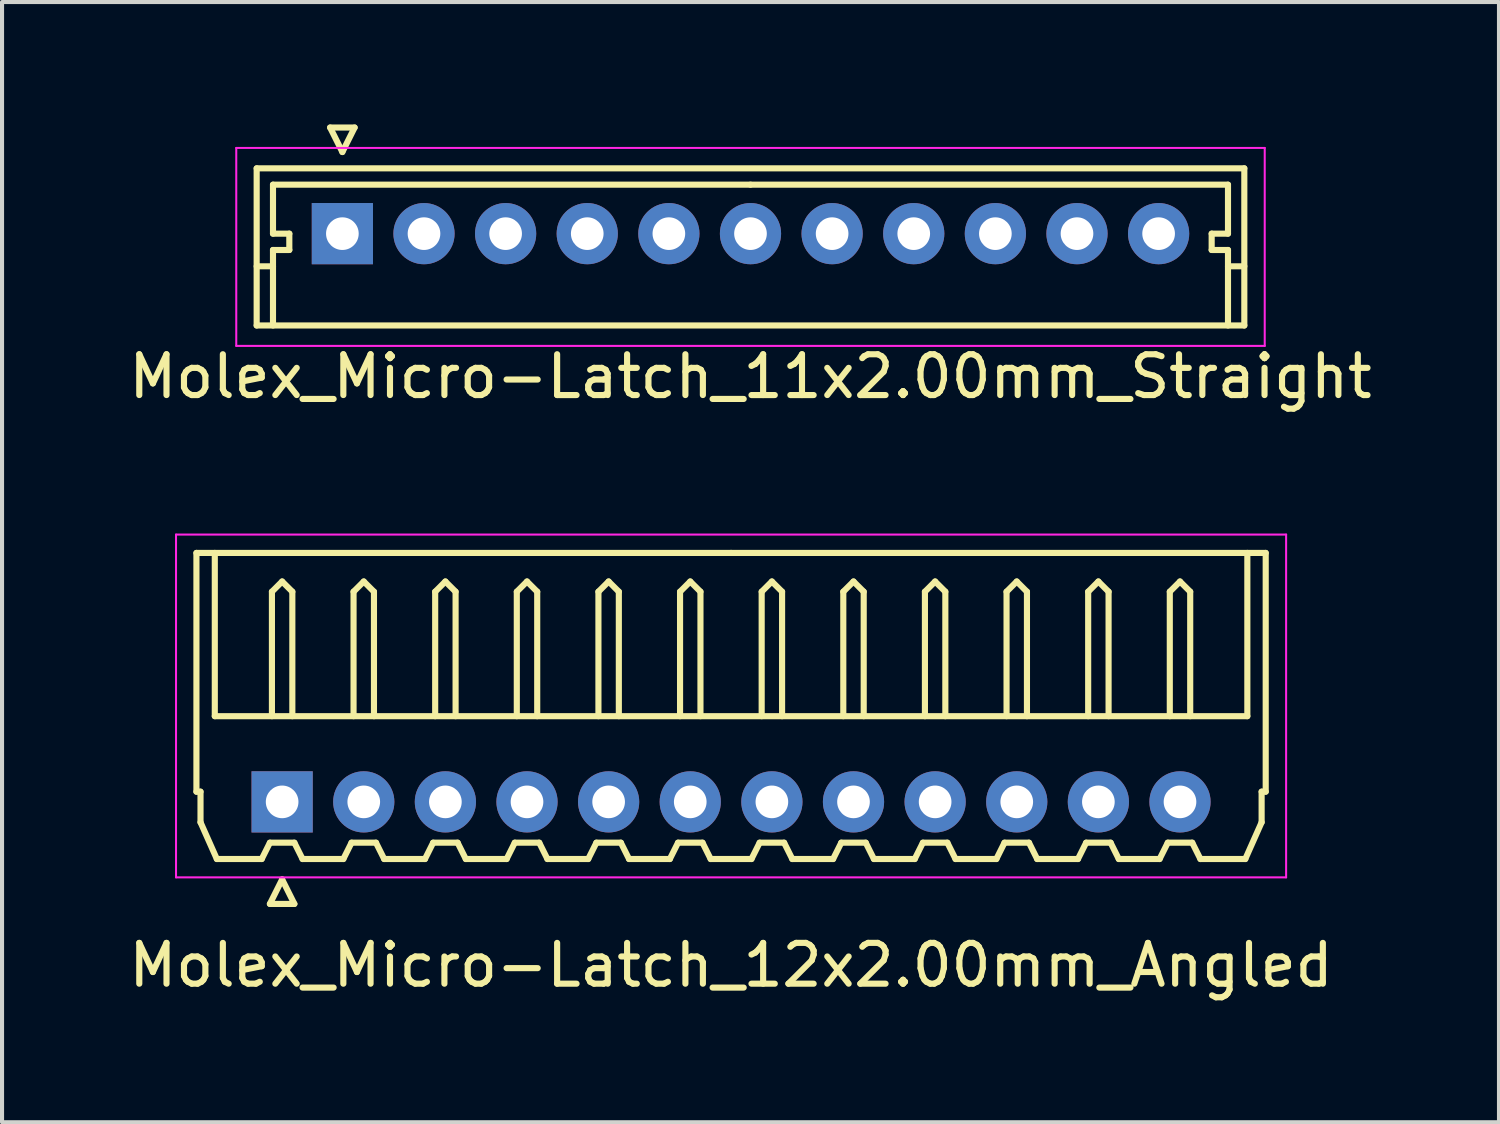
<source format=kicad_pcb>
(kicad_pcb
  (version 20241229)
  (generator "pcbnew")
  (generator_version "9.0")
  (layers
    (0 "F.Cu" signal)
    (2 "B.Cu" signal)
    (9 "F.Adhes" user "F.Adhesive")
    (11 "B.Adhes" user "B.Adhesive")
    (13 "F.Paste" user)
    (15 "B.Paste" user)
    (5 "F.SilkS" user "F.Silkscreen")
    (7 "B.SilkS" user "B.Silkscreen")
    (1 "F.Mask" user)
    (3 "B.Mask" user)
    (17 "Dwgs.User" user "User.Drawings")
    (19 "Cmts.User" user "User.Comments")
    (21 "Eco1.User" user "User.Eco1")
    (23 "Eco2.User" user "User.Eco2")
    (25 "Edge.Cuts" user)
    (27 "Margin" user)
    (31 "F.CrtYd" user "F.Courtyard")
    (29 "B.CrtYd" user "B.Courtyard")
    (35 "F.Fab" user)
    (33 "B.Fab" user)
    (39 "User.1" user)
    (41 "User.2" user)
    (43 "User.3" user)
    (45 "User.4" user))
  (footprint "Molex_Micro-Latch_12x2.00mm_Angled"
    (layer "F.Cu")
    (at 3.863 16.598)
    (property "Reference" "Molex_Micro-Latch_12x2.00mm_Angled" (at 11 4 0) (layer "F.SilkS") (effects (font (size 1 1) (thickness 0.15))))
    (attr through_hole)
    (fp_line (start -2.1 -6.1) (end 11 -6.1) (stroke (width 0.15) (type solid)) (layer "F.SilkS"))
    (fp_line (start -2.1 -0.25) (end -2.1 -6.1) (stroke (width 0.15) (type solid)) (layer "F.SilkS"))
    (fp_line (start -2 -0.25) (end -2.1 -0.25) (stroke (width 0.15) (type solid)) (layer "F.SilkS"))
    (fp_line (start -2 0.5) (end -2 -0.25) (stroke (width 0.15) (type solid)) (layer "F.SilkS"))
    (fp_line (start -1.65 -6.1) (end -1.65 -2.1) (stroke (width 0.15) (type solid)) (layer "F.SilkS"))
    (fp_line (start -1.65 -2.1) (end 23.65 -2.1) (stroke (width 0.15) (type solid)) (layer "F.SilkS"))
    (fp_line (start -1.6 1.4) (end -2 0.5) (stroke (width 0.15) (type solid)) (layer "F.SilkS"))
    (fp_line (start -0.5 1.4) (end -1.6 1.4) (stroke (width 0.15) (type solid)) (layer "F.SilkS"))
    (fp_line (start -0.3 1) (end -0.5 1.4) (stroke (width 0.15) (type solid)) (layer "F.SilkS"))
    (fp_line (start -0.3 1) (end 0.3 1) (stroke (width 0.15) (type solid)) (layer "F.SilkS"))
    (fp_line (start -0.3 2.5) (end 0.3 2.5) (stroke (width 0.15) (type solid)) (layer "F.SilkS"))
    (fp_line (start -0.25 -5.15) (end 0 -5.4) (stroke (width 0.15) (type solid)) (layer "F.SilkS"))
    (fp_line (start -0.25 -2.1) (end -0.25 -5.15) (stroke (width 0.15) (type solid)) (layer "F.SilkS"))
    (fp_line (start 0 -5.4) (end 0.25 -5.15) (stroke (width 0.15) (type solid)) (layer "F.SilkS"))
    (fp_line (start 0 1.9) (end -0.3 2.5) (stroke (width 0.15) (type solid)) (layer "F.SilkS"))
    (fp_line (start 0.25 -5.15) (end 0.25 -2.1) (stroke (width 0.15) (type solid)) (layer "F.SilkS"))
    (fp_line (start 0.3 1) (end 0.5 1.4) (stroke (width 0.15) (type solid)) (layer "F.SilkS"))
    (fp_line (start 0.3 2.5) (end 0 1.9) (stroke (width 0.15) (type solid)) (layer "F.SilkS"))
    (fp_line (start 0.5 1.4) (end 1.5 1.4) (stroke (width 0.15) (type solid)) (layer "F.SilkS"))
    (fp_line (start 1.5 1.4) (end 1.7 1) (stroke (width 0.15) (type solid)) (layer "F.SilkS"))
    (fp_line (start 1.7 1) (end 2.3 1) (stroke (width 0.15) (type solid)) (layer "F.SilkS"))
    (fp_line (start 1.75 -5.15) (end 2 -5.4) (stroke (width 0.15) (type solid)) (layer "F.SilkS"))
    (fp_line (start 1.75 -2.1) (end 1.75 -5.15) (stroke (width 0.15) (type solid)) (layer "F.SilkS"))
    (fp_line (start 2 -5.4) (end 2.25 -5.15) (stroke (width 0.15) (type solid)) (layer "F.SilkS"))
    (fp_line (start 2.25 -5.15) (end 2.25 -2.1) (stroke (width 0.15) (type solid)) (layer "F.SilkS"))
    (fp_line (start 2.3 1) (end 2.5 1.4) (stroke (width 0.15) (type solid)) (layer "F.SilkS"))
    (fp_line (start 2.5 1.4) (end 3.5 1.4) (stroke (width 0.15) (type solid)) (layer "F.SilkS"))
    (fp_line (start 3.5 1.4) (end 3.7 1) (stroke (width 0.15) (type solid)) (layer "F.SilkS"))
    (fp_line (start 3.7 1) (end 4.3 1) (stroke (width 0.15) (type solid)) (layer "F.SilkS"))
    (fp_line (start 3.75 -5.15) (end 4 -5.4) (stroke (width 0.15) (type solid)) (layer "F.SilkS"))
    (fp_line (start 3.75 -2.1) (end 3.75 -5.15) (stroke (width 0.15) (type solid)) (layer "F.SilkS"))
    (fp_line (start 4 -5.4) (end 4.25 -5.15) (stroke (width 0.15) (type solid)) (layer "F.SilkS"))
    (fp_line (start 4.25 -5.15) (end 4.25 -2.1) (stroke (width 0.15) (type solid)) (layer "F.SilkS"))
    (fp_line (start 4.3 1) (end 4.5 1.4) (stroke (width 0.15) (type solid)) (layer "F.SilkS"))
    (fp_line (start 4.5 1.4) (end 5.5 1.4) (stroke (width 0.15) (type solid)) (layer "F.SilkS"))
    (fp_line (start 5.5 1.4) (end 5.7 1) (stroke (width 0.15) (type solid)) (layer "F.SilkS"))
    (fp_line (start 5.7 1) (end 6.3 1) (stroke (width 0.15) (type solid)) (layer "F.SilkS"))
    (fp_line (start 5.75 -5.15) (end 6 -5.4) (stroke (width 0.15) (type solid)) (layer "F.SilkS"))
    (fp_line (start 5.75 -2.1) (end 5.75 -5.15) (stroke (width 0.15) (type solid)) (layer "F.SilkS"))
    (fp_line (start 6 -5.4) (end 6.25 -5.15) (stroke (width 0.15) (type solid)) (layer "F.SilkS"))
    (fp_line (start 6.25 -5.15) (end 6.25 -2.1) (stroke (width 0.15) (type solid)) (layer "F.SilkS"))
    (fp_line (start 6.3 1) (end 6.5 1.4) (stroke (width 0.15) (type solid)) (layer "F.SilkS"))
    (fp_line (start 6.5 1.4) (end 7.5 1.4) (stroke (width 0.15) (type solid)) (layer "F.SilkS"))
    (fp_line (start 7.5 1.4) (end 7.7 1) (stroke (width 0.15) (type solid)) (layer "F.SilkS"))
    (fp_line (start 7.7 1) (end 8.3 1) (stroke (width 0.15) (type solid)) (layer "F.SilkS"))
    (fp_line (start 7.75 -5.15) (end 8 -5.4) (stroke (width 0.15) (type solid)) (layer "F.SilkS"))
    (fp_line (start 7.75 -2.1) (end 7.75 -5.15) (stroke (width 0.15) (type solid)) (layer "F.SilkS"))
    (fp_line (start 8 -5.4) (end 8.25 -5.15) (stroke (width 0.15) (type solid)) (layer "F.SilkS"))
    (fp_line (start 8.25 -5.15) (end 8.25 -2.1) (stroke (width 0.15) (type solid)) (layer "F.SilkS"))
    (fp_line (start 8.3 1) (end 8.5 1.4) (stroke (width 0.15) (type solid)) (layer "F.SilkS"))
    (fp_line (start 8.5 1.4) (end 9.5 1.4) (stroke (width 0.15) (type solid)) (layer "F.SilkS"))
    (fp_line (start 9.5 1.4) (end 9.7 1) (stroke (width 0.15) (type solid)) (layer "F.SilkS"))
    (fp_line (start 9.7 1) (end 10.3 1) (stroke (width 0.15) (type solid)) (layer "F.SilkS"))
    (fp_line (start 9.75 -5.15) (end 10 -5.4) (stroke (width 0.15) (type solid)) (layer "F.SilkS"))
    (fp_line (start 9.75 -2.1) (end 9.75 -5.15) (stroke (width 0.15) (type solid)) (layer "F.SilkS"))
    (fp_line (start 10 -5.4) (end 10.25 -5.15) (stroke (width 0.15) (type solid)) (layer "F.SilkS"))
    (fp_line (start 10.25 -5.15) (end 10.25 -2.1) (stroke (width 0.15) (type solid)) (layer "F.SilkS"))
    (fp_line (start 10.3 1) (end 10.5 1.4) (stroke (width 0.15) (type solid)) (layer "F.SilkS"))
    (fp_line (start 10.5 1.4) (end 11.5 1.4) (stroke (width 0.15) (type solid)) (layer "F.SilkS"))
    (fp_line (start 11.5 1.4) (end 11.7 1) (stroke (width 0.15) (type solid)) (layer "F.SilkS"))
    (fp_line (start 11.7 1) (end 12.3 1) (stroke (width 0.15) (type solid)) (layer "F.SilkS"))
    (fp_line (start 11.75 -5.15) (end 12 -5.4) (stroke (width 0.15) (type solid)) (layer "F.SilkS"))
    (fp_line (start 11.75 -2.1) (end 11.75 -5.15) (stroke (width 0.15) (type solid)) (layer "F.SilkS"))
    (fp_line (start 12 -5.4) (end 12.25 -5.15) (stroke (width 0.15) (type solid)) (layer "F.SilkS"))
    (fp_line (start 12.25 -5.15) (end 12.25 -2.1) (stroke (width 0.15) (type solid)) (layer "F.SilkS"))
    (fp_line (start 12.3 1) (end 12.5 1.4) (stroke (width 0.15) (type solid)) (layer "F.SilkS"))
    (fp_line (start 12.5 1.4) (end 13.5 1.4) (stroke (width 0.15) (type solid)) (layer "F.SilkS"))
    (fp_line (start 13.5 1.4) (end 13.7 1) (stroke (width 0.15) (type solid)) (layer "F.SilkS"))
    (fp_line (start 13.7 1) (end 14.3 1) (stroke (width 0.15) (type solid)) (layer "F.SilkS"))
    (fp_line (start 13.75 -5.15) (end 14 -5.4) (stroke (width 0.15) (type solid)) (layer "F.SilkS"))
    (fp_line (start 13.75 -2.1) (end 13.75 -5.15) (stroke (width 0.15) (type solid)) (layer "F.SilkS"))
    (fp_line (start 14 -5.4) (end 14.25 -5.15) (stroke (width 0.15) (type solid)) (layer "F.SilkS"))
    (fp_line (start 14.25 -5.15) (end 14.25 -2.1) (stroke (width 0.15) (type solid)) (layer "F.SilkS"))
    (fp_line (start 14.3 1) (end 14.5 1.4) (stroke (width 0.15) (type solid)) (layer "F.SilkS"))
    (fp_line (start 14.5 1.4) (end 15.5 1.4) (stroke (width 0.15) (type solid)) (layer "F.SilkS"))
    (fp_line (start 15.5 1.4) (end 15.7 1) (stroke (width 0.15) (type solid)) (layer "F.SilkS"))
    (fp_line (start 15.7 1) (end 16.3 1) (stroke (width 0.15) (type solid)) (layer "F.SilkS"))
    (fp_line (start 15.75 -5.15) (end 16 -5.4) (stroke (width 0.15) (type solid)) (layer "F.SilkS"))
    (fp_line (start 15.75 -2.1) (end 15.75 -5.15) (stroke (width 0.15) (type solid)) (layer "F.SilkS"))
    (fp_line (start 16 -5.4) (end 16.25 -5.15) (stroke (width 0.15) (type solid)) (layer "F.SilkS"))
    (fp_line (start 16.25 -5.15) (end 16.25 -2.1) (stroke (width 0.15) (type solid)) (layer "F.SilkS"))
    (fp_line (start 16.3 1) (end 16.5 1.4) (stroke (width 0.15) (type solid)) (layer "F.SilkS"))
    (fp_line (start 16.5 1.4) (end 17.5 1.4) (stroke (width 0.15) (type solid)) (layer "F.SilkS"))
    (fp_line (start 17.5 1.4) (end 17.7 1) (stroke (width 0.15) (type solid)) (layer "F.SilkS"))
    (fp_line (start 17.7 1) (end 18.3 1) (stroke (width 0.15) (type solid)) (layer "F.SilkS"))
    (fp_line (start 17.75 -5.15) (end 18 -5.4) (stroke (width 0.15) (type solid)) (layer "F.SilkS"))
    (fp_line (start 17.75 -2.1) (end 17.75 -5.15) (stroke (width 0.15) (type solid)) (layer "F.SilkS"))
    (fp_line (start 18 -5.4) (end 18.25 -5.15) (stroke (width 0.15) (type solid)) (layer "F.SilkS"))
    (fp_line (start 18.25 -5.15) (end 18.25 -2.1) (stroke (width 0.15) (type solid)) (layer "F.SilkS"))
    (fp_line (start 18.3 1) (end 18.5 1.4) (stroke (width 0.15) (type solid)) (layer "F.SilkS"))
    (fp_line (start 18.5 1.4) (end 19.5 1.4) (stroke (width 0.15) (type solid)) (layer "F.SilkS"))
    (fp_line (start 19.5 1.4) (end 19.7 1) (stroke (width 0.15) (type solid)) (layer "F.SilkS"))
    (fp_line (start 19.7 1) (end 20.3 1) (stroke (width 0.15) (type solid)) (layer "F.SilkS"))
    (fp_line (start 19.75 -5.15) (end 20 -5.4) (stroke (width 0.15) (type solid)) (layer "F.SilkS"))
    (fp_line (start 19.75 -2.1) (end 19.75 -5.15) (stroke (width 0.15) (type solid)) (layer "F.SilkS"))
    (fp_line (start 20 -5.4) (end 20.25 -5.15) (stroke (width 0.15) (type solid)) (layer "F.SilkS"))
    (fp_line (start 20.25 -5.15) (end 20.25 -2.1) (stroke (width 0.15) (type solid)) (layer "F.SilkS"))
    (fp_line (start 20.3 1) (end 20.5 1.4) (stroke (width 0.15) (type solid)) (layer "F.SilkS"))
    (fp_line (start 20.5 1.4) (end 21.5 1.4) (stroke (width 0.15) (type solid)) (layer "F.SilkS"))
    (fp_line (start 21.5 1.4) (end 21.7 1) (stroke (width 0.15) (type solid)) (layer "F.SilkS"))
    (fp_line (start 21.7 1) (end 22.3 1) (stroke (width 0.15) (type solid)) (layer "F.SilkS"))
    (fp_line (start 21.75 -5.15) (end 22 -5.4) (stroke (width 0.15) (type solid)) (layer "F.SilkS"))
    (fp_line (start 21.75 -2.1) (end 21.75 -5.15) (stroke (width 0.15) (type solid)) (layer "F.SilkS"))
    (fp_line (start 22 -5.4) (end 22.25 -5.15) (stroke (width 0.15) (type solid)) (layer "F.SilkS"))
    (fp_line (start 22.25 -5.15) (end 22.25 -2.1) (stroke (width 0.15) (type solid)) (layer "F.SilkS"))
    (fp_line (start 22.3 1) (end 22.5 1.4) (stroke (width 0.15) (type solid)) (layer "F.SilkS"))
    (fp_line (start 22.5 1.4) (end 23.6 1.4) (stroke (width 0.15) (type solid)) (layer "F.SilkS"))
    (fp_line (start 23.6 1.4) (end 24 0.5) (stroke (width 0.15) (type solid)) (layer "F.SilkS"))
    (fp_line (start 23.65 -2.1) (end 23.65 -6.1) (stroke (width 0.15) (type solid)) (layer "F.SilkS"))
    (fp_line (start 24 -0.25) (end 24.1 -0.25) (stroke (width 0.15) (type solid)) (layer "F.SilkS"))
    (fp_line (start 24 0.5) (end 24 -0.25) (stroke (width 0.15) (type solid)) (layer "F.SilkS"))
    (fp_line (start 24.1 -6.1) (end 11 -6.1) (stroke (width 0.15) (type solid)) (layer "F.SilkS"))
    (fp_line (start 24.1 -0.25) (end 24.1 -6.1) (stroke (width 0.15) (type solid)) (layer "F.SilkS"))
    (fp_line (start -2.6 -6.55) (end -2.6 1.85) (stroke (width 0.05) (type solid)) (layer "F.CrtYd"))
    (fp_line (start -2.6 1.85) (end 24.6 1.85) (stroke (width 0.05) (type solid)) (layer "F.CrtYd"))
    (fp_line (start 24.6 -6.55) (end -2.6 -6.55) (stroke (width 0.05) (type solid)) (layer "F.CrtYd"))
    (fp_line (start 24.6 1.85) (end 24.6 -6.55) (stroke (width 0.05) (type solid)) (layer "F.CrtYd"))
    (pad "1" thru_hole rect (at 0 0) (size 1.5 1.5) (drill 0.8) (layers "*.Cu" "*.Mask"))
    (pad "2" thru_hole circle (at 2 0) (size 1.5 1.5) (drill 0.8) (layers "*.Cu" "*.Mask"))
    (pad "3" thru_hole circle (at 4 0) (size 1.5 1.5) (drill 0.8) (layers "*.Cu" "*.Mask"))
    (pad "4" thru_hole circle (at 6 0) (size 1.5 1.5) (drill 0.8) (layers "*.Cu" "*.Mask"))
    (pad "5" thru_hole circle (at 8 0) (size 1.5 1.5) (drill 0.8) (layers "*.Cu" "*.Mask"))
    (pad "6" thru_hole circle (at 10 0) (size 1.5 1.5) (drill 0.8) (layers "*.Cu" "*.Mask"))
    (pad "7" thru_hole circle (at 12 0) (size 1.5 1.5) (drill 0.8) (layers "*.Cu" "*.Mask"))
    (pad "8" thru_hole circle (at 14 0) (size 1.5 1.5) (drill 0.8) (layers "*.Cu" "*.Mask"))
    (pad "9" thru_hole circle (at 16 0) (size 1.5 1.5) (drill 0.8) (layers "*.Cu" "*.Mask"))
    (pad "10" thru_hole circle (at 18 0) (size 1.5 1.5) (drill 0.8) (layers "*.Cu" "*.Mask"))
    (pad "11" thru_hole circle (at 20 0) (size 1.5 1.5) (drill 0.8) (layers "*.Cu" "*.Mask"))
    (pad "12" thru_hole circle (at 22 0) (size 1.5 1.5) (drill 0.8) (layers "*.Cu" "*.Mask")))
  (footprint "Molex_Micro-Latch_11x2.00mm_Straight"
    (layer "F.Cu")
    (at 5.339 2.675)
    (property "Reference" "Molex_Micro-Latch_11x2.00mm_Straight" (at 10 3.5 0) (layer "F.SilkS") (effects (font (size 1 1) (thickness 0.15))))
    (attr through_hole)
    (fp_line (start -2.1 -1.6) (end -2.1 2.25) (stroke (width 0.15) (type solid)) (layer "F.SilkS"))
    (fp_line (start -2.1 0.8) (end -1.7 0.8) (stroke (width 0.15) (type solid)) (layer "F.SilkS"))
    (fp_line (start -2.1 2.25) (end 22.1 2.25) (stroke (width 0.15) (type solid)) (layer "F.SilkS"))
    (fp_line (start -1.7 -1.2) (end -1.7 0) (stroke (width 0.15) (type solid)) (layer "F.SilkS"))
    (fp_line (start -1.7 0) (end -1.3 0) (stroke (width 0.15) (type solid)) (layer "F.SilkS"))
    (fp_line (start -1.7 0.4) (end -1.7 2.25) (stroke (width 0.15) (type solid)) (layer "F.SilkS"))
    (fp_line (start -1.3 0) (end -1.3 0.4) (stroke (width 0.15) (type solid)) (layer "F.SilkS"))
    (fp_line (start -1.3 0.4) (end -1.7 0.4) (stroke (width 0.15) (type solid)) (layer "F.SilkS"))
    (fp_line (start -0.3 -2.6) (end 0.3 -2.6) (stroke (width 0.15) (type solid)) (layer "F.SilkS"))
    (fp_line (start 0 -2) (end -0.3 -2.6) (stroke (width 0.15) (type solid)) (layer "F.SilkS"))
    (fp_line (start 0.3 -2.6) (end 0 -2) (stroke (width 0.15) (type solid)) (layer "F.SilkS"))
    (fp_line (start 10 -1.2) (end -1.7 -1.2) (stroke (width 0.15) (type solid)) (layer "F.SilkS"))
    (fp_line (start 10 -1.2) (end 21.7 -1.2) (stroke (width 0.15) (type solid)) (layer "F.SilkS"))
    (fp_line (start 21.3 0) (end 21.3 0.4) (stroke (width 0.15) (type solid)) (layer "F.SilkS"))
    (fp_line (start 21.3 0.4) (end 21.7 0.4) (stroke (width 0.15) (type solid)) (layer "F.SilkS"))
    (fp_line (start 21.7 -1.2) (end 21.7 0) (stroke (width 0.15) (type solid)) (layer "F.SilkS"))
    (fp_line (start 21.7 0) (end 21.3 0) (stroke (width 0.15) (type solid)) (layer "F.SilkS"))
    (fp_line (start 21.7 0.4) (end 21.7 2.25) (stroke (width 0.15) (type solid)) (layer "F.SilkS"))
    (fp_line (start 22.1 -1.6) (end -2.1 -1.6) (stroke (width 0.15) (type solid)) (layer "F.SilkS"))
    (fp_line (start 22.1 0.8) (end 21.7 0.8) (stroke (width 0.15) (type solid)) (layer "F.SilkS"))
    (fp_line (start 22.1 2.25) (end 22.1 -1.6) (stroke (width 0.15) (type solid)) (layer "F.SilkS"))
    (fp_line (start -2.6 -2.1) (end -2.6 2.75) (stroke (width 0.05) (type solid)) (layer "F.CrtYd"))
    (fp_line (start -2.6 2.75) (end 22.6 2.75) (stroke (width 0.05) (type solid)) (layer "F.CrtYd"))
    (fp_line (start 22.6 -2.1) (end -2.6 -2.1) (stroke (width 0.05) (type solid)) (layer "F.CrtYd"))
    (fp_line (start 22.6 2.75) (end 22.6 -2.1) (stroke (width 0.05) (type solid)) (layer "F.CrtYd"))
    (pad "1" thru_hole rect (at 0 0) (size 1.5 1.5) (drill 0.8) (layers "*.Cu" "*.Mask"))
    (pad "2" thru_hole circle (at 2 0) (size 1.5 1.5) (drill 0.8) (layers "*.Cu" "*.Mask"))
    (pad "3" thru_hole circle (at 4 0) (size 1.5 1.5) (drill 0.8) (layers "*.Cu" "*.Mask"))
    (pad "4" thru_hole circle (at 6 0) (size 1.5 1.5) (drill 0.8) (layers "*.Cu" "*.Mask"))
    (pad "5" thru_hole circle (at 8 0) (size 1.5 1.5) (drill 0.8) (layers "*.Cu" "*.Mask"))
    (pad "6" thru_hole circle (at 10 0) (size 1.5 1.5) (drill 0.8) (layers "*.Cu" "*.Mask"))
    (pad "7" thru_hole circle (at 12 0) (size 1.5 1.5) (drill 0.8) (layers "*.Cu" "*.Mask"))
    (pad "8" thru_hole circle (at 14 0) (size 1.5 1.5) (drill 0.8) (layers "*.Cu" "*.Mask"))
    (pad "9" thru_hole circle (at 16 0) (size 1.5 1.5) (drill 0.8) (layers "*.Cu" "*.Mask"))
    (pad "10" thru_hole circle (at 18 0) (size 1.5 1.5) (drill 0.8) (layers "*.Cu" "*.Mask"))
    (pad "11" thru_hole circle (at 20 0) (size 1.5 1.5) (drill 0.8) (layers "*.Cu" "*.Mask")))
  (gr_rect
    (start -3 -3)
    (end 33.679 24.447)
    (stroke (width 0.1) (type default))
    (fill no)
    (layer "Edge.Cuts")))
</source>
